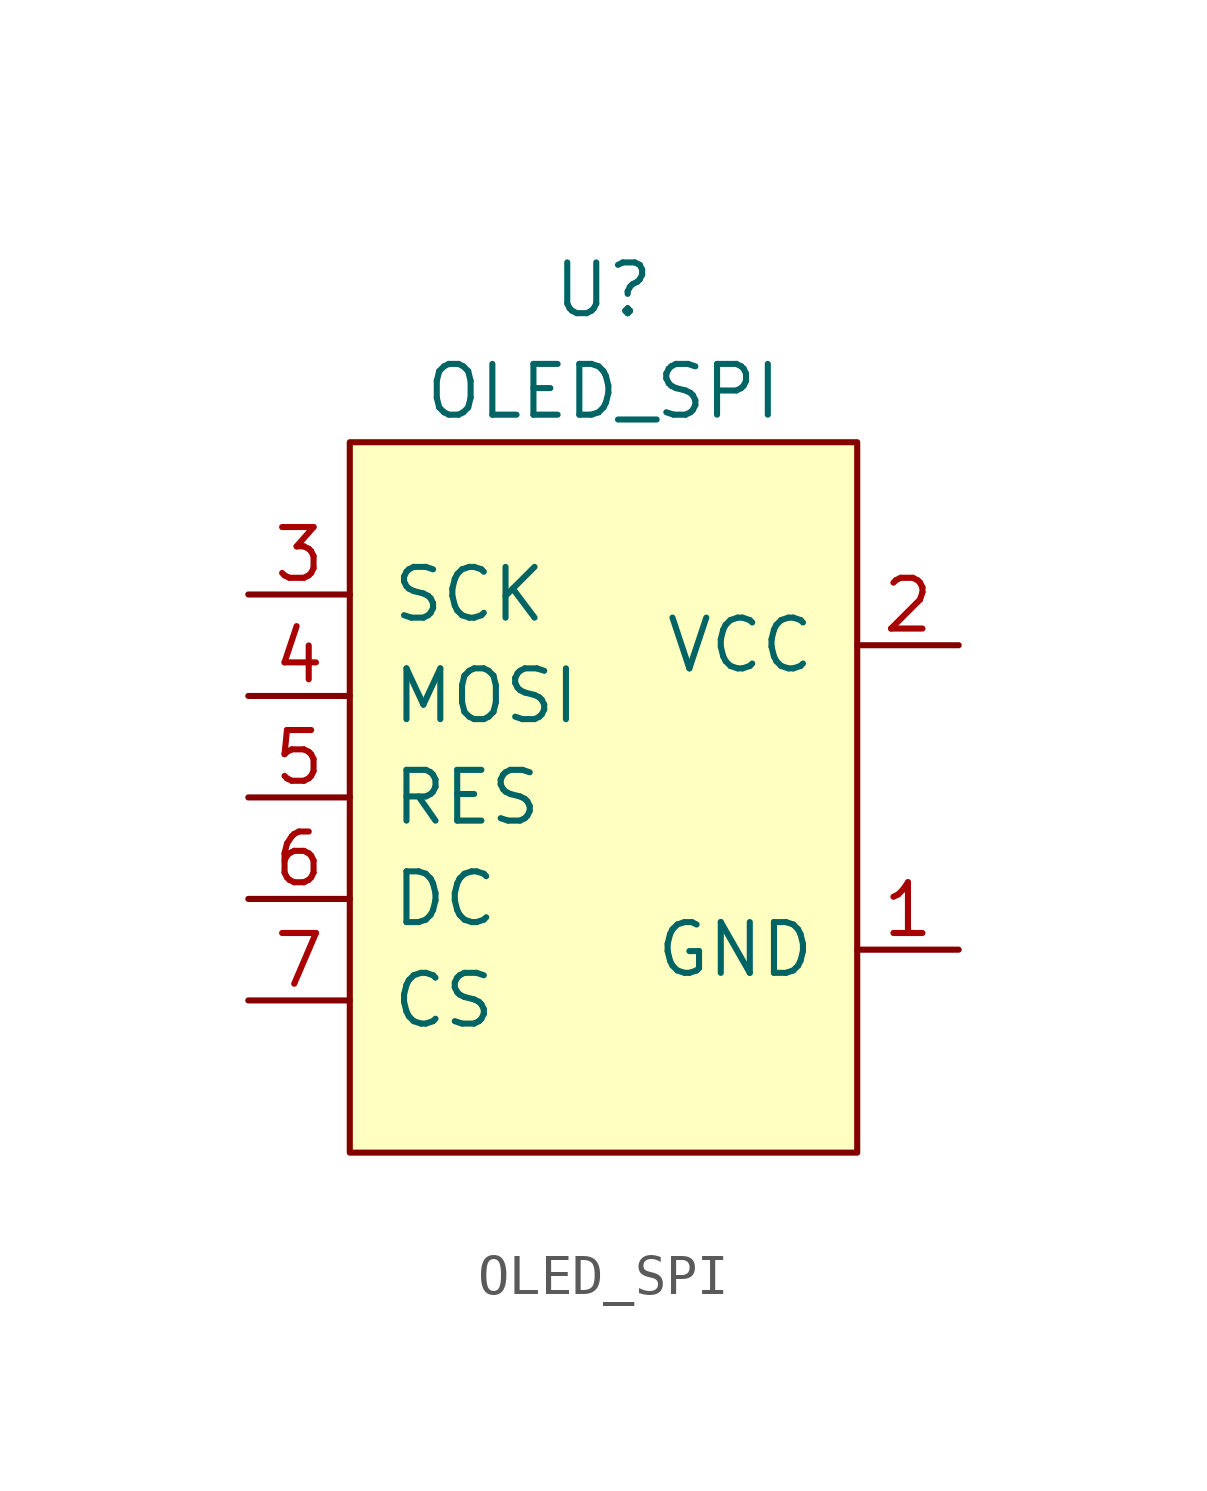
<source format=kicad_sym>
(kicad_symbol_lib
  (version 20211014)
  (generator kicad_symbol_editor)
  (symbol "OLED_SPI"
    (pin_names
      (offset 1.016))
    (property "Reference" "U"
      (at 0 12.7 0)
      (effects (font (size 1.27 1.27))))
    (property "Value" "OLED_SPI"
      (at 0 10.16 0)
      (effects (font (size 1.27 1.27))))
    (symbol "OLED_SPI_0_1"
      (rectangle (start -6.35 8.89) (end 6.35 -8.89) (stroke (width 0) (type default) (color 0 0 0 0)) (fill (type background))))
    (symbol "OLED_SPI_1_1"
      (pin power_in line (at 8.89 -3.81 180) (length 2.54) (name "GND" (effects (font (size 1.27 1.27)))) (number "1" (effects (font (size 1.27 1.27)))))
      (pin power_in line (at 8.89 3.81 180) (length 2.54) (name "VCC" (effects (font (size 1.27 1.27)))) (number "2" (effects (font (size 1.27 1.27)))))
      (pin input line (at -8.89 5.08 0) (length 2.54) (name "SCK" (effects (font (size 1.27 1.27)))) (number "3" (effects (font (size 1.27 1.27)))))
      (pin input line (at -8.89 2.54 0) (length 2.54) (name "MOSI" (effects (font (size 1.27 1.27)))) (number "4" (effects (font (size 1.27 1.27)))))
      (pin input line (at -8.89 0 0) (length 2.54) (name "RES" (effects (font (size 1.27 1.27)))) (number "5" (effects (font (size 1.27 1.27)))))
      (pin input line (at -8.89 -2.54 0) (length 2.54) (name "DC" (effects (font (size 1.27 1.27)))) (number "6" (effects (font (size 1.27 1.27)))))
      (pin input line (at -8.89 -5.08 0) (length 2.54) (name "CS" (effects (font (size 1.27 1.27)))) (number "7" (effects (font (size 1.27 1.27))))))))
</source>
